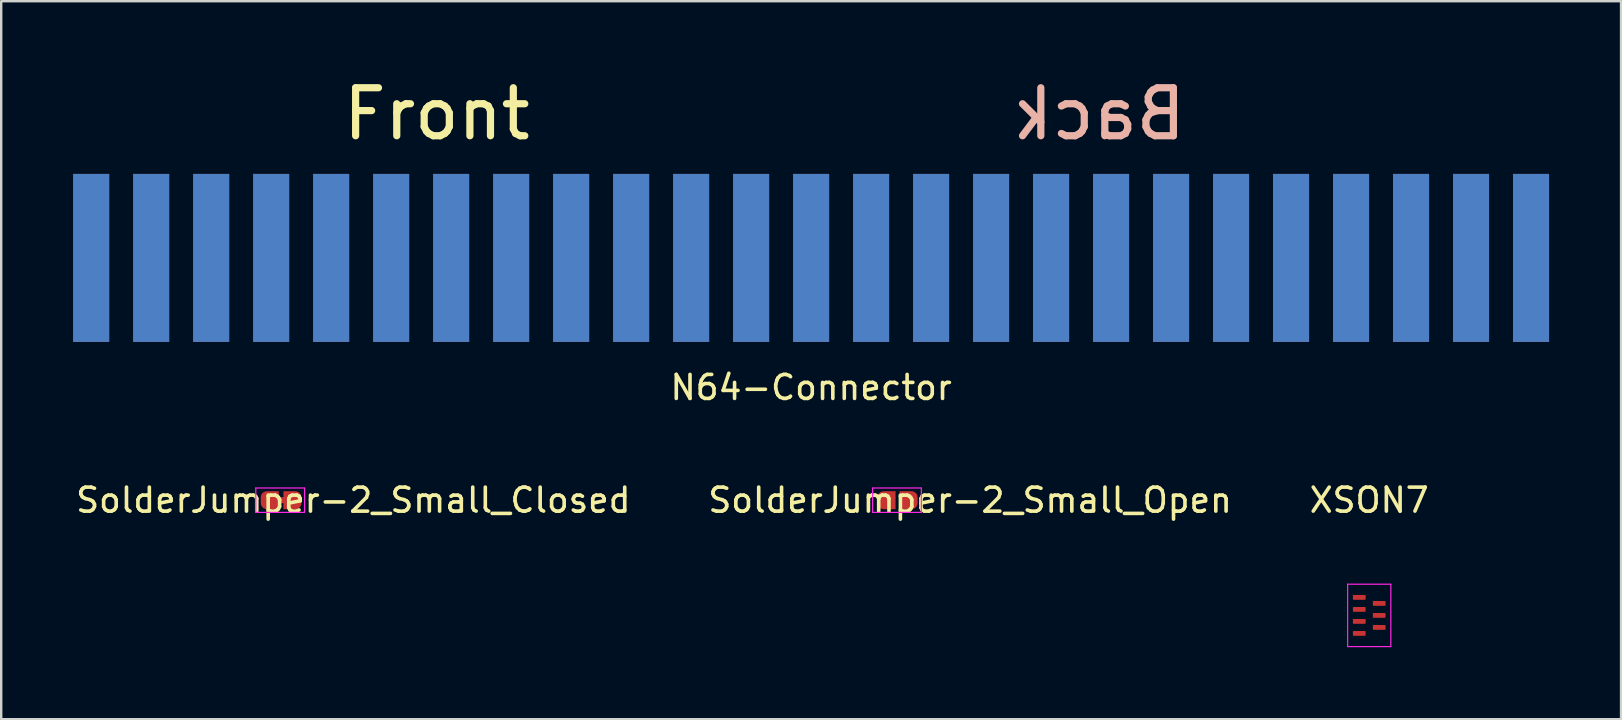
<source format=kicad_pcb>
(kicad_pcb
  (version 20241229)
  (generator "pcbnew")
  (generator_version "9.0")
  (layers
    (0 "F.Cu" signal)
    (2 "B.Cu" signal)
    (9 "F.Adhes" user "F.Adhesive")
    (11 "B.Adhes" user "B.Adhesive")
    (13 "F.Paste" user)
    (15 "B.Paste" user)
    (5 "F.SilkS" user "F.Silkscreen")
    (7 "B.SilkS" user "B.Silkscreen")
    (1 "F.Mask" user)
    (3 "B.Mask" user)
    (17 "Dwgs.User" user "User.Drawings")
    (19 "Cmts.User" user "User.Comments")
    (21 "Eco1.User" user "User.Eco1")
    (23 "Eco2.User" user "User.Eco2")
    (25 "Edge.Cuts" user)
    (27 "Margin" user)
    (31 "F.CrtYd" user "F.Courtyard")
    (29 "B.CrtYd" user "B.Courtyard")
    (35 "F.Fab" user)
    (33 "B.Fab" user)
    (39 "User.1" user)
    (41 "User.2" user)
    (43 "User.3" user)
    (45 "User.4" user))
  (footprint "XSON7"
    (layer "F.Cu")
    (at 54.006 22.593)
    (property "Reference" "XSON7" (at 0 -4.8 0) (layer "F.SilkS") (effects (font (size 1 1) (thickness 0.15))))
    (attr through_hole)
    (fp_line (start -0.9 -1.3) (end 0.9 -1.3) (stroke (width 0.05) (type solid)) (layer "F.CrtYd"))
    (fp_line (start -0.9 1.3) (end -0.9 -1.3) (stroke (width 0.05) (type solid)) (layer "F.CrtYd"))
    (fp_line (start 0.9 -1.3) (end 0.9 1.3) (stroke (width 0.05) (type solid)) (layer "F.CrtYd"))
    (fp_line (start 0.9 1.3) (end -0.9 1.3) (stroke (width 0.05) (type solid)) (layer "F.CrtYd"))
    (pad "1" smd roundrect (at -0.415 -0.75) (size 0.53 0.2) (layers "F.Cu" "F.Mask" "F.Paste") (roundrect_rratio 0.15))
    (pad "2" smd roundrect (at 0.415 -0.5) (size 0.53 0.2) (layers "F.Cu" "F.Mask" "F.Paste") (roundrect_rratio 0.15))
    (pad "3" smd roundrect (at -0.415 -0.25) (size 0.53 0.2) (layers "F.Cu" "F.Mask" "F.Paste") (roundrect_rratio 0.15))
    (pad "4" smd roundrect (at 0.415 0) (size 0.53 0.2) (layers "F.Cu" "F.Mask" "F.Paste") (roundrect_rratio 0.15))
    (pad "5" smd roundrect (at -0.415 0.25) (size 0.53 0.2) (layers "F.Cu" "F.Mask" "F.Paste") (roundrect_rratio 0.15))
    (pad "6" smd roundrect (at 0.415 0.5) (size 0.53 0.2) (layers "F.Cu" "F.Mask" "F.Paste") (roundrect_rratio 0.15))
    (pad "7" smd roundrect (at -0.415 0.75) (size 0.53 0.2) (layers "F.Cu" "F.Mask" "F.Paste") (roundrect_rratio 0.15)))
  (footprint "SolderJumper-2_Small_Closed"
    (layer "F.Cu")
    (at 8.625 17.793)
    (property "Reference" "SolderJumper-2_Small_Closed" (at 3.048 0 0) (layer "F.SilkS") (effects (font (size 1 1) (thickness 0.15))))
    (attr exclude_from_pos_files)
    (fp_poly (pts (xy 0.25 -0.127) (xy -0.25 -0.127) (xy -0.25 0.127) (xy 0.25 0.127)) (stroke (width 0) (type solid)) (fill yes) (layer "F.Cu"))
    (fp_line (start -1.016 -0.508) (end -1.016 0.508) (stroke (width 0.05) (type solid)) (layer "F.CrtYd"))
    (fp_line (start -1.016 -0.508) (end 1.016 -0.508) (stroke (width 0.05) (type solid)) (layer "F.CrtYd"))
    (fp_line (start 1.016 0.508) (end -1.016 0.508) (stroke (width 0.05) (type solid)) (layer "F.CrtYd"))
    (fp_line (start 1.016 0.508) (end 1.016 -0.508) (stroke (width 0.05) (type solid)) (layer "F.CrtYd"))
    (pad "1" smd custom (at -0.559 0) (size 0.5 0.25) (layers "F.Cu" "F.Mask") (options (anchor rect)) (primitives (gr_circle (center 0 0.125) (end 0.25 0.125) (width 0) (fill yes)) (gr_circle (center 0 -0.125) (end 0.25 -0.125) (width 0) (fill yes)) (gr_poly (pts (xy 0.5 0.375) (xy 0 0.375) (xy 0 -0.375) (xy 0.5 -0.375)) (width 0) (fill yes))))
    (pad "2" smd custom (at 0.635 0 180) (size 0.5 0.25) (layers "F.Cu" "F.Mask") (options (anchor rect)) (primitives (gr_circle (center 0 0.125) (end 0.25 0.125) (width 0) (fill yes)) (gr_circle (center 0 -0.125) (end 0.25 -0.125) (width 0) (fill yes)) (gr_poly (pts (xy 0.5 0.375) (xy 0 0.375) (xy 0 -0.375) (xy 0.5 -0.375)) (width 0) (fill yes)))))
  (footprint "SolderJumper-2_Small_Open"
    (layer "F.Cu")
    (at 34.327 17.793)
    (property "Reference" "SolderJumper-2_Small_Open" (at 3.048 0 0) (layer "F.SilkS") (effects (font (size 1 1) (thickness 0.15))))
    (attr exclude_from_pos_files)
    (fp_line (start -1.016 -0.508) (end -1.016 0.508) (stroke (width 0.05) (type solid)) (layer "F.CrtYd"))
    (fp_line (start -1.016 -0.508) (end 1.016 -0.508) (stroke (width 0.05) (type solid)) (layer "F.CrtYd"))
    (fp_line (start 1.016 0.508) (end -1.016 0.508) (stroke (width 0.05) (type solid)) (layer "F.CrtYd"))
    (fp_line (start 1.016 0.508) (end 1.016 -0.508) (stroke (width 0.05) (type solid)) (layer "F.CrtYd"))
    (pad "1" smd custom (at -0.559 0) (size 0.5 0.25) (layers "F.Cu" "F.Mask") (options (anchor rect)) (primitives (gr_circle (center 0 0.125) (end 0.25 0.125) (width 0) (fill yes)) (gr_circle (center 0 -0.125) (end 0.25 -0.125) (width 0) (fill yes)) (gr_poly (pts (xy 0.5 0.375) (xy 0 0.375) (xy 0 -0.375) (xy 0.5 -0.375)) (width 0) (fill yes))))
    (pad "2" smd custom (at 0.61 0 180) (size 0.5 0.25) (layers "F.Cu" "F.Mask") (options (anchor rect)) (primitives (gr_circle (center 0 0.125) (end 0.25 0.125) (width 0) (fill yes)) (gr_circle (center 0 -0.125) (end 0.25 -0.125) (width 0) (fill yes)) (gr_poly (pts (xy 0.5 0.375) (xy 0 0.375) (xy 0 -0.375) (xy 0.5 -0.375)) (width 0) (fill yes)))))
  (footprint "N64-Connector"
    (layer "F.Cu")
    (at 30.75 7.697)
    (property "Reference" "N64-Connector" (at 0 5.4 0) (layer "F.SilkS") (effects (font (size 1 1) (thickness 0.15))))
    (attr through_hole)
    (fp_text user "Front" (at -15.6 -6 0) (layer "F.SilkS") (effects (font (size 2 2) (thickness 0.3))))
    (fp_text user "Back" (at 12 -6 0) (layer "B.SilkS") (effects (font (size 2 2) (thickness 0.3)) (justify mirror)))
    (pad "1" smd rect (at -30 0) (size 1.5 7) (layers "F.Cu"))
    (pad "2" smd rect (at -27.5 0) (size 1.5 7) (layers "F.Cu"))
    (pad "3" smd rect (at -25 0) (size 1.5 7) (layers "F.Cu"))
    (pad "4" smd rect (at -22.5 0) (size 1.5 7) (layers "F.Cu"))
    (pad "5" smd rect (at -20 0) (size 1.5 7) (layers "F.Cu"))
    (pad "6" smd rect (at -17.5 0) (size 1.5 7) (layers "F.Cu"))
    (pad "7" smd rect (at -15 0) (size 1.5 7) (layers "F.Cu"))
    (pad "8" smd rect (at -12.5 0) (size 1.5 7) (layers "F.Cu"))
    (pad "9" smd rect (at -10 0) (size 1.5 7) (layers "F.Cu"))
    (pad "10" smd rect (at -7.5 0) (size 1.5 7) (layers "F.Cu"))
    (pad "11" smd rect (at -5 0) (size 1.5 7) (layers "F.Cu"))
    (pad "12" smd rect (at -2.5 0) (size 1.5 7) (layers "F.Cu"))
    (pad "13" smd rect (at 0 0) (size 1.5 7) (layers "F.Cu"))
    (pad "14" smd rect (at 2.5 0) (size 1.5 7) (layers "F.Cu"))
    (pad "15" smd rect (at 5 0) (size 1.5 7) (layers "F.Cu"))
    (pad "16" smd rect (at 7.5 0) (size 1.5 7) (layers "F.Cu"))
    (pad "17" smd rect (at 10 0) (size 1.5 7) (layers "F.Cu"))
    (pad "18" smd rect (at 12.5 0) (size 1.5 7) (layers "F.Cu"))
    (pad "19" smd rect (at 15 0) (size 1.5 7) (layers "F.Cu"))
    (pad "20" smd rect (at 17.5 0) (size 1.5 7) (layers "F.Cu"))
    (pad "21" smd rect (at 20 0) (size 1.5 7) (layers "F.Cu"))
    (pad "22" smd rect (at 22.5 0) (size 1.5 7) (layers "F.Cu"))
    (pad "23" smd rect (at 25 0) (size 1.5 7) (layers "F.Cu"))
    (pad "24" smd rect (at 27.5 0) (size 1.5 7) (layers "F.Cu"))
    (pad "25" smd rect (at 30 0) (size 1.5 7) (layers "F.Cu"))
    (pad "26" smd rect (at -30 0) (size 1.5 7) (layers "B.Cu"))
    (pad "27" smd rect (at -27.5 0) (size 1.5 7) (layers "B.Cu"))
    (pad "28" smd rect (at -25 0) (size 1.5 7) (layers "B.Cu"))
    (pad "29" smd rect (at -22.5 0) (size 1.5 7) (layers "B.Cu"))
    (pad "30" smd rect (at -20 0) (size 1.5 7) (layers "B.Cu"))
    (pad "31" smd rect (at -17.5 0) (size 1.5 7) (layers "B.Cu"))
    (pad "32" smd rect (at -15 0) (size 1.5 7) (layers "B.Cu"))
    (pad "33" smd rect (at -12.5 0) (size 1.5 7) (layers "B.Cu"))
    (pad "34" smd rect (at -10 0) (size 1.5 7) (layers "B.Cu"))
    (pad "35" smd rect (at -7.5 0) (size 1.5 7) (layers "B.Cu"))
    (pad "36" smd rect (at -5 0) (size 1.5 7) (layers "B.Cu"))
    (pad "37" smd rect (at -2.5 0) (size 1.5 7) (layers "B.Cu"))
    (pad "38" smd rect (at 0 0) (size 1.5 7) (layers "B.Cu"))
    (pad "39" smd rect (at 2.5 0) (size 1.5 7) (layers "B.Cu"))
    (pad "40" smd rect (at 5 0) (size 1.5 7) (layers "B.Cu"))
    (pad "41" smd rect (at 7.5 0) (size 1.5 7) (layers "B.Cu"))
    (pad "42" smd rect (at 10 0) (size 1.5 7) (layers "B.Cu"))
    (pad "43" smd rect (at 12.5 0) (size 1.5 7) (layers "B.Cu"))
    (pad "44" smd rect (at 15 0) (size 1.5 7) (layers "B.Cu"))
    (pad "45" smd rect (at 17.5 0) (size 1.5 7) (layers "B.Cu"))
    (pad "46" smd rect (at 20 0) (size 1.5 7) (layers "B.Cu"))
    (pad "47" smd rect (at 22.5 0) (size 1.5 7) (layers "B.Cu"))
    (pad "48" smd rect (at 25 0) (size 1.5 7) (layers "B.Cu"))
    (pad "49" smd rect (at 27.5 0) (size 1.5 7) (layers "B.Cu"))
    (pad "50" smd rect (at 30 0) (size 1.5 7) (layers "B.Cu")))
  (gr_rect
    (start -3 -3)
    (end 64.5 26.918)
    (stroke (width 0.1) (type default))
    (fill no)
    (layer "Edge.Cuts")))
</source>
